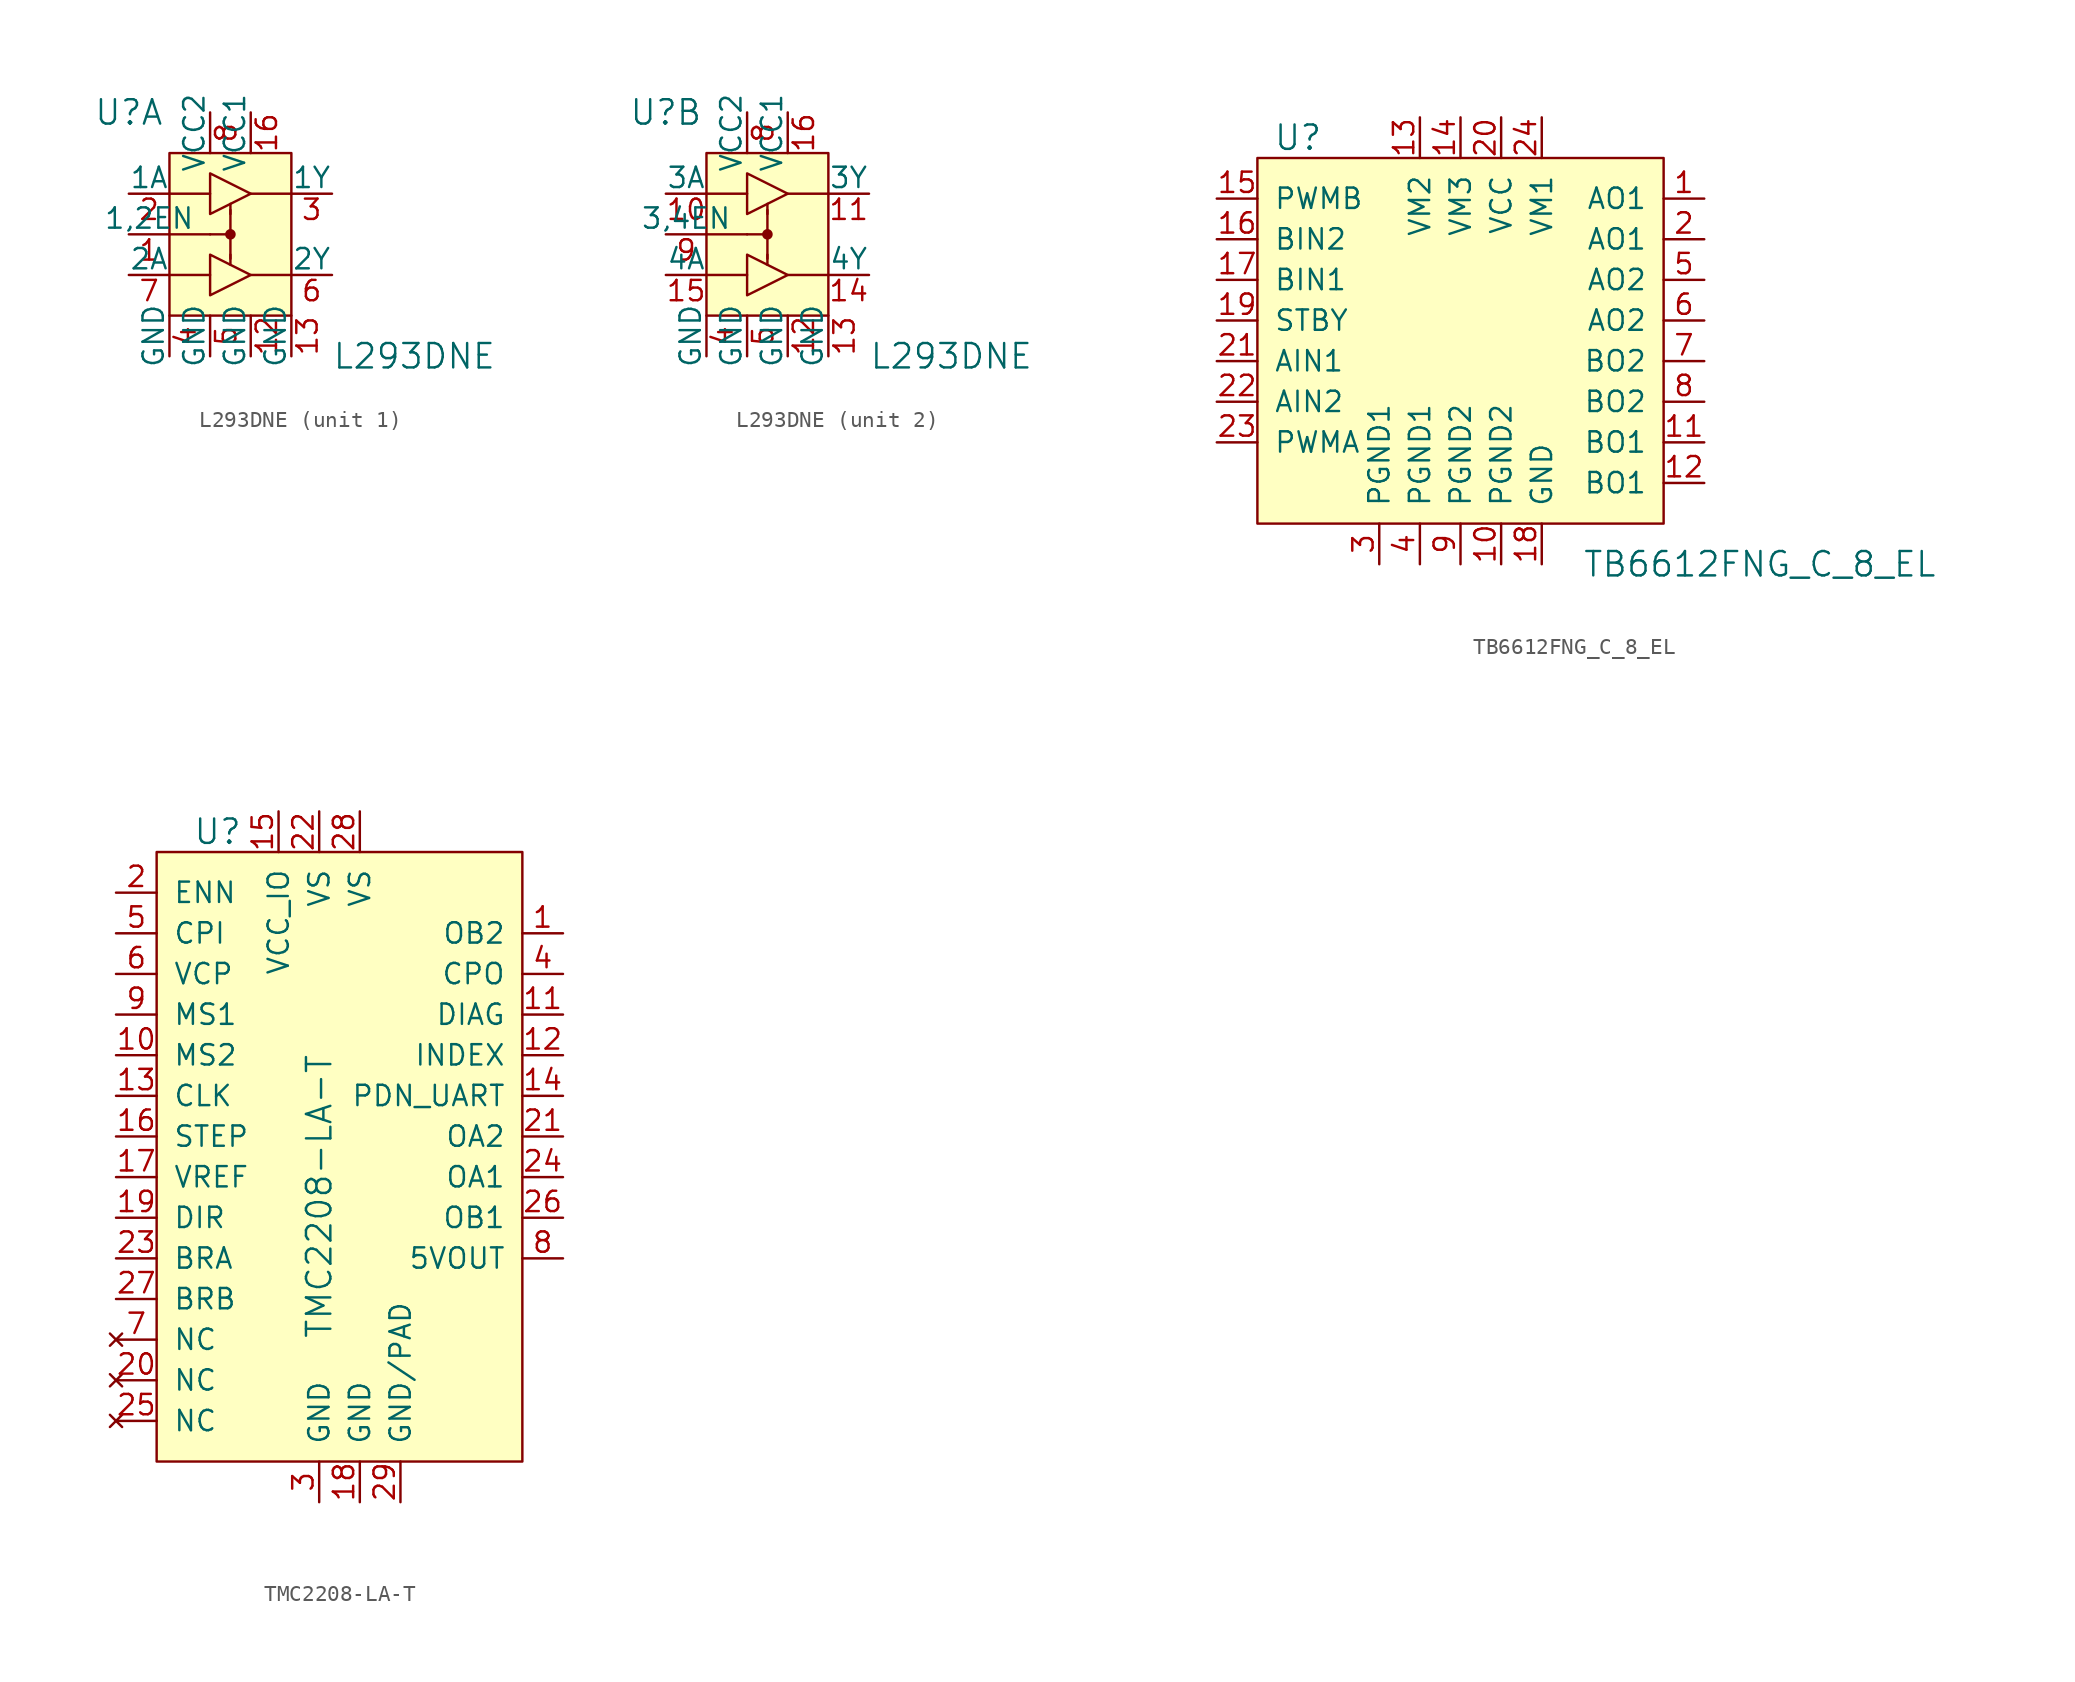
<source format=kicad_sym>
(kicad_symbol_lib
  (version 20231120)
  (generator "kicad_symbol_editor")
  (generator_version "8.0")
  (symbol "L293DNE"
    (pin_names
      (offset 0))
    (property "Reference" "U"
      (at -5.08 7.62 0)
      (effects (font (size 1.524 1.524))))
    (property "Value" "L293DNE"
      (at 7.62 -7.62 0)
      (effects (font (size 1.524 1.524)) (justify left)))
    (property "ki_locked" ""
      (at 0 0 0)
      (effects (font (size 1.27 1.27))))
    (symbol "L293DNE_0_1"
      (polyline (pts (xy -2.54 0) (xy 0 0)) (stroke (width 0) (type default)) (fill (type none)))
      (polyline (pts (xy -2.54 2.54) (xy 0 2.54)) (stroke (width 0) (type default)) (fill (type none)))
      (polyline (pts (xy 0 -2.54) (xy -2.54 -2.54)) (stroke (width 0) (type default)) (fill (type none)))
      (polyline (pts (xy 1.016 0) (xy 0 0)) (stroke (width 0) (type default)) (fill (type none)))
      (polyline (pts (xy 1.27 -1.905) (xy 1.27 -1.27)) (stroke (width 0) (type default)) (fill (type none)))
      (polyline (pts (xy 1.27 -0.254) (xy 1.27 -1.524)) (stroke (width 0) (type default)) (fill (type none)))
      (polyline (pts (xy 1.27 0.254) (xy 1.27 1.524)) (stroke (width 0) (type default)) (fill (type none)))
      (polyline (pts (xy 1.27 1.905) (xy 1.27 1.27)) (stroke (width 0) (type default)) (fill (type none)))
      (polyline (pts (xy 2.54 -2.54) (xy 5.08 -2.54)) (stroke (width 0) (type default)) (fill (type none)))
      (polyline (pts (xy 5.08 2.54) (xy 2.54 2.54)) (stroke (width 0) (type default)) (fill (type none)))
      (polyline (pts (xy 0 -1.27) (xy 0 -3.81) (xy 2.54 -2.54) (xy 0 -1.27)) (stroke (width 0) (type default)) (fill (type none)))
      (polyline (pts (xy 0 3.81) (xy 0 1.27) (xy 2.54 2.54) (xy 0 3.81)) (stroke (width 0) (type default)) (fill (type none)))
      (circle (center 1.27 0) (radius 0.254) (stroke (width 0) (type default)) (fill (type outline)))
      (rectangle (start 5.08 -5.08) (end -2.54 5.08) (stroke (width 0) (type default)) (fill (type background))))
    (symbol "L293DNE_1_1"
      (pin input line (at -5.08 0 0) (length 2.54) (name "1,2EN" (effects (font (size 1.27 1.27)))) (number "1" (effects (font (size 1.27 1.27)))))
      (pin power_in line (at 2.54 -7.62 90) (length 2.54) (name "GND" (effects (font (size 1.27 1.27)))) (number "12" (effects (font (size 1.27 1.27)))))
      (pin power_in line (at 5.08 -7.62 90) (length 2.54) (name "GND" (effects (font (size 1.27 1.27)))) (number "13" (effects (font (size 1.27 1.27)))))
      (pin power_in line (at 2.54 7.62 270) (length 2.54) (name "VCC1" (effects (font (size 1.27 1.27)))) (number "16" (effects (font (size 1.27 1.27)))))
      (pin input line (at -5.08 2.54 0) (length 2.54) (name "1A" (effects (font (size 1.27 1.27)))) (number "2" (effects (font (size 1.27 1.27)))))
      (pin output line (at 7.62 2.54 180) (length 2.54) (name "1Y" (effects (font (size 1.27 1.27)))) (number "3" (effects (font (size 1.27 1.27)))))
      (pin power_in line (at -2.54 -7.62 90) (length 2.54) (name "GND" (effects (font (size 1.27 1.27)))) (number "4" (effects (font (size 1.27 1.27)))))
      (pin power_in line (at 0 -7.62 90) (length 2.54) (name "GND" (effects (font (size 1.27 1.27)))) (number "5" (effects (font (size 1.27 1.27)))))
      (pin output line (at 7.62 -2.54 180) (length 2.54) (name "2Y" (effects (font (size 1.27 1.27)))) (number "6" (effects (font (size 1.27 1.27)))))
      (pin input line (at -5.08 -2.54 0) (length 2.54) (name "2A" (effects (font (size 1.27 1.27)))) (number "7" (effects (font (size 1.27 1.27)))))
      (pin power_in line (at 0 7.62 270) (length 2.54) (name "VCC2" (effects (font (size 1.27 1.27)))) (number "8" (effects (font (size 1.27 1.27))))))
    (symbol "L293DNE_2_1"
      (pin input line (at -5.08 2.54 0) (length 2.54) (name "3A" (effects (font (size 1.27 1.27)))) (number "10" (effects (font (size 1.27 1.27)))))
      (pin output line (at 7.62 2.54 180) (length 2.54) (name "3Y" (effects (font (size 1.27 1.27)))) (number "11" (effects (font (size 1.27 1.27)))))
      (pin power_in line (at 2.54 -7.62 90) (length 2.54) (name "GND" (effects (font (size 1.27 1.27)))) (number "12" (effects (font (size 1.27 1.27)))))
      (pin power_in line (at 5.08 -7.62 90) (length 2.54) (name "GND" (effects (font (size 1.27 1.27)))) (number "13" (effects (font (size 1.27 1.27)))))
      (pin output line (at 7.62 -2.54 180) (length 2.54) (name "4Y" (effects (font (size 1.27 1.27)))) (number "14" (effects (font (size 1.27 1.27)))))
      (pin input line (at -5.08 -2.54 0) (length 2.54) (name "4A" (effects (font (size 1.27 1.27)))) (number "15" (effects (font (size 1.27 1.27)))))
      (pin power_in line (at 2.54 7.62 270) (length 2.54) (name "VCC1" (effects (font (size 1.27 1.27)))) (number "16" (effects (font (size 1.27 1.27)))))
      (pin power_in line (at -2.54 -7.62 90) (length 2.54) (name "GND" (effects (font (size 1.27 1.27)))) (number "4" (effects (font (size 1.27 1.27)))))
      (pin power_in line (at 0 -7.62 90) (length 2.54) (name "GND" (effects (font (size 1.27 1.27)))) (number "5" (effects (font (size 1.27 1.27)))))
      (pin power_in line (at 0 7.62 270) (length 2.54) (name "VCC2" (effects (font (size 1.27 1.27)))) (number "8" (effects (font (size 1.27 1.27)))))
      (pin input line (at -5.08 0 0) (length 2.54) (name "3,4EN" (effects (font (size 1.27 1.27)))) (number "9" (effects (font (size 1.27 1.27)))))))
  (symbol "TB6612FNG_C_8_EL"
    (pin_names
      (offset 1.016))
    (property "Reference" "U"
      (at -12.7 11.43 0)
      (effects (font (size 1.524 1.524))))
    (property "Value" "TB6612FNG_C_8_EL"
      (at 5.08 -15.24 0)
      (effects (font (size 1.524 1.524)) (justify left)))
    (symbol "TB6612FNG_C_8_EL_0_1"
      (rectangle (start -15.24 10.16) (end 10.16 -12.7) (stroke (width 0) (type default)) (fill (type background))))
    (symbol "TB6612FNG_C_8_EL_1_1"
      (pin output line (at 12.7 7.62 180) (length 2.54) (name "AO1" (effects (font (size 1.27 1.27)))) (number "1" (effects (font (size 1.27 1.27)))))
      (pin power_in line (at 0 -15.24 90) (length 2.54) (name "PGND2" (effects (font (size 1.27 1.27)))) (number "10" (effects (font (size 1.27 1.27)))))
      (pin output line (at 12.7 -7.62 180) (length 2.54) (name "BO1" (effects (font (size 1.27 1.27)))) (number "11" (effects (font (size 1.27 1.27)))))
      (pin output line (at 12.7 -10.16 180) (length 2.54) (name "BO1" (effects (font (size 1.27 1.27)))) (number "12" (effects (font (size 1.27 1.27)))))
      (pin power_in line (at -5.08 12.7 270) (length 2.54) (name "VM2" (effects (font (size 1.27 1.27)))) (number "13" (effects (font (size 1.27 1.27)))))
      (pin power_in line (at -2.54 12.7 270) (length 2.54) (name "VM3" (effects (font (size 1.27 1.27)))) (number "14" (effects (font (size 1.27 1.27)))))
      (pin input line (at -17.78 7.62 0) (length 2.54) (name "PWMB" (effects (font (size 1.27 1.27)))) (number "15" (effects (font (size 1.27 1.27)))))
      (pin input line (at -17.78 5.08 0) (length 2.54) (name "BIN2" (effects (font (size 1.27 1.27)))) (number "16" (effects (font (size 1.27 1.27)))))
      (pin input line (at -17.78 2.54 0) (length 2.54) (name "BIN1" (effects (font (size 1.27 1.27)))) (number "17" (effects (font (size 1.27 1.27)))))
      (pin power_in line (at 2.54 -15.24 90) (length 2.54) (name "GND" (effects (font (size 1.27 1.27)))) (number "18" (effects (font (size 1.27 1.27)))))
      (pin input line (at -17.78 0 0) (length 2.54) (name "STBY" (effects (font (size 1.27 1.27)))) (number "19" (effects (font (size 1.27 1.27)))))
      (pin output line (at 12.7 5.08 180) (length 2.54) (name "AO1" (effects (font (size 1.27 1.27)))) (number "2" (effects (font (size 1.27 1.27)))))
      (pin power_in line (at 0 12.7 270) (length 2.54) (name "VCC" (effects (font (size 1.27 1.27)))) (number "20" (effects (font (size 1.27 1.27)))))
      (pin input line (at -17.78 -2.54 0) (length 2.54) (name "AIN1" (effects (font (size 1.27 1.27)))) (number "21" (effects (font (size 1.27 1.27)))))
      (pin input line (at -17.78 -5.08 0) (length 2.54) (name "AIN2" (effects (font (size 1.27 1.27)))) (number "22" (effects (font (size 1.27 1.27)))))
      (pin input line (at -17.78 -7.62 0) (length 2.54) (name "PWMA" (effects (font (size 1.27 1.27)))) (number "23" (effects (font (size 1.27 1.27)))))
      (pin power_in line (at 2.54 12.7 270) (length 2.54) (name "VM1" (effects (font (size 1.27 1.27)))) (number "24" (effects (font (size 1.27 1.27)))))
      (pin power_in line (at -7.62 -15.24 90) (length 2.54) (name "PGND1" (effects (font (size 1.27 1.27)))) (number "3" (effects (font (size 1.27 1.27)))))
      (pin power_in line (at -5.08 -15.24 90) (length 2.54) (name "PGND1" (effects (font (size 1.27 1.27)))) (number "4" (effects (font (size 1.27 1.27)))))
      (pin output line (at 12.7 2.54 180) (length 2.54) (name "AO2" (effects (font (size 1.27 1.27)))) (number "5" (effects (font (size 1.27 1.27)))))
      (pin output line (at 12.7 0 180) (length 2.54) (name "AO2" (effects (font (size 1.27 1.27)))) (number "6" (effects (font (size 1.27 1.27)))))
      (pin output line (at 12.7 -2.54 180) (length 2.54) (name "BO2" (effects (font (size 1.27 1.27)))) (number "7" (effects (font (size 1.27 1.27)))))
      (pin output line (at 12.7 -5.08 180) (length 2.54) (name "BO2" (effects (font (size 1.27 1.27)))) (number "8" (effects (font (size 1.27 1.27)))))
      (pin power_in line (at -2.54 -15.24 90) (length 2.54) (name "PGND2" (effects (font (size 1.27 1.27)))) (number "9" (effects (font (size 1.27 1.27)))))))
  (symbol "TMC2208-LA-T"
    (pin_names
      (offset 1.016))
    (property "Reference" "U"
      (at -1.27 19.05 0)
      (effects (font (size 1.524 1.524))))
    (property "Value" "TMC2208-LA-T"
      (at 5.08 -12.7 90)
      (effects (font (size 1.524 1.524)) (justify left)))
    (symbol "TMC2208-LA-T_0_1"
      (rectangle (start -5.08 17.78) (end 17.78 -20.32) (stroke (width 0) (type default)) (fill (type background))))
    (symbol "TMC2208-LA-T_1_1"
      (pin output line (at 20.32 12.7 180) (length 2.54) (name "OB2" (effects (font (size 1.27 1.27)))) (number "1" (effects (font (size 1.27 1.27)))))
      (pin input line (at -7.62 5.08 0) (length 2.54) (name "MS2" (effects (font (size 1.27 1.27)))) (number "10" (effects (font (size 1.27 1.27)))))
      (pin output line (at 20.32 7.62 180) (length 2.54) (name "DIAG" (effects (font (size 1.27 1.27)))) (number "11" (effects (font (size 1.27 1.27)))))
      (pin output line (at 20.32 5.08 180) (length 2.54) (name "INDEX" (effects (font (size 1.27 1.27)))) (number "12" (effects (font (size 1.27 1.27)))))
      (pin input line (at -7.62 2.54 0) (length 2.54) (name "CLK" (effects (font (size 1.27 1.27)))) (number "13" (effects (font (size 1.27 1.27)))))
      (pin output line (at 20.32 2.54 180) (length 2.54) (name "PDN_UART" (effects (font (size 1.27 1.27)))) (number "14" (effects (font (size 1.27 1.27)))))
      (pin power_in line (at 2.54 20.32 270) (length 2.54) (name "VCC_IO" (effects (font (size 1.27 1.27)))) (number "15" (effects (font (size 1.27 1.27)))))
      (pin input line (at -7.62 0 0) (length 2.54) (name "STEP" (effects (font (size 1.27 1.27)))) (number "16" (effects (font (size 1.27 1.27)))))
      (pin input line (at -7.62 -2.54 0) (length 2.54) (name "VREF" (effects (font (size 1.27 1.27)))) (number "17" (effects (font (size 1.27 1.27)))))
      (pin power_in line (at 7.62 -22.86 90) (length 2.54) (name "GND" (effects (font (size 1.27 1.27)))) (number "18" (effects (font (size 1.27 1.27)))))
      (pin input line (at -7.62 -5.08 0) (length 2.54) (name "DIR" (effects (font (size 1.27 1.27)))) (number "19" (effects (font (size 1.27 1.27)))))
      (pin input line (at -7.62 15.24 0) (length 2.54) (name "ENN" (effects (font (size 1.27 1.27)))) (number "2" (effects (font (size 1.27 1.27)))))
      (pin no_connect line (at -7.62 -15.24 0) (length 2.54) (name "NC" (effects (font (size 1.27 1.27)))) (number "20" (effects (font (size 1.27 1.27)))))
      (pin output line (at 20.32 0 180) (length 2.54) (name "OA2" (effects (font (size 1.27 1.27)))) (number "21" (effects (font (size 1.27 1.27)))))
      (pin power_in line (at 5.08 20.32 270) (length 2.54) (name "VS" (effects (font (size 1.27 1.27)))) (number "22" (effects (font (size 1.27 1.27)))))
      (pin input line (at -7.62 -7.62 0) (length 2.54) (name "BRA" (effects (font (size 1.27 1.27)))) (number "23" (effects (font (size 1.27 1.27)))))
      (pin output line (at 20.32 -2.54 180) (length 2.54) (name "OA1" (effects (font (size 1.27 1.27)))) (number "24" (effects (font (size 1.27 1.27)))))
      (pin no_connect line (at -7.62 -17.78 0) (length 2.54) (name "NC" (effects (font (size 1.27 1.27)))) (number "25" (effects (font (size 1.27 1.27)))))
      (pin output line (at 20.32 -5.08 180) (length 2.54) (name "OB1" (effects (font (size 1.27 1.27)))) (number "26" (effects (font (size 1.27 1.27)))))
      (pin input line (at -7.62 -10.16 0) (length 2.54) (name "BRB" (effects (font (size 1.27 1.27)))) (number "27" (effects (font (size 1.27 1.27)))))
      (pin power_in line (at 7.62 20.32 270) (length 2.54) (name "VS" (effects (font (size 1.27 1.27)))) (number "28" (effects (font (size 1.27 1.27)))))
      (pin power_in line (at 10.16 -22.86 90) (length 2.54) (name "GND/PAD" (effects (font (size 1.27 1.27)))) (number "29" (effects (font (size 1.27 1.27)))))
      (pin power_in line (at 5.08 -22.86 90) (length 2.54) (name "GND" (effects (font (size 1.27 1.27)))) (number "3" (effects (font (size 1.27 1.27)))))
      (pin output line (at 20.32 10.16 180) (length 2.54) (name "CPO" (effects (font (size 1.27 1.27)))) (number "4" (effects (font (size 1.27 1.27)))))
      (pin input line (at -7.62 12.7 0) (length 2.54) (name "CPI" (effects (font (size 1.27 1.27)))) (number "5" (effects (font (size 1.27 1.27)))))
      (pin input line (at -7.62 10.16 0) (length 2.54) (name "VCP" (effects (font (size 1.27 1.27)))) (number "6" (effects (font (size 1.27 1.27)))))
      (pin no_connect line (at -7.62 -12.7 0) (length 2.54) (name "NC" (effects (font (size 1.27 1.27)))) (number "7" (effects (font (size 1.27 1.27)))))
      (pin power_out line (at 20.32 -7.62 180) (length 2.54) (name "5VOUT" (effects (font (size 1.27 1.27)))) (number "8" (effects (font (size 1.27 1.27)))))
      (pin input line (at -7.62 7.62 0) (length 2.54) (name "MS1" (effects (font (size 1.27 1.27)))) (number "9" (effects (font (size 1.27 1.27))))))))
</source>
